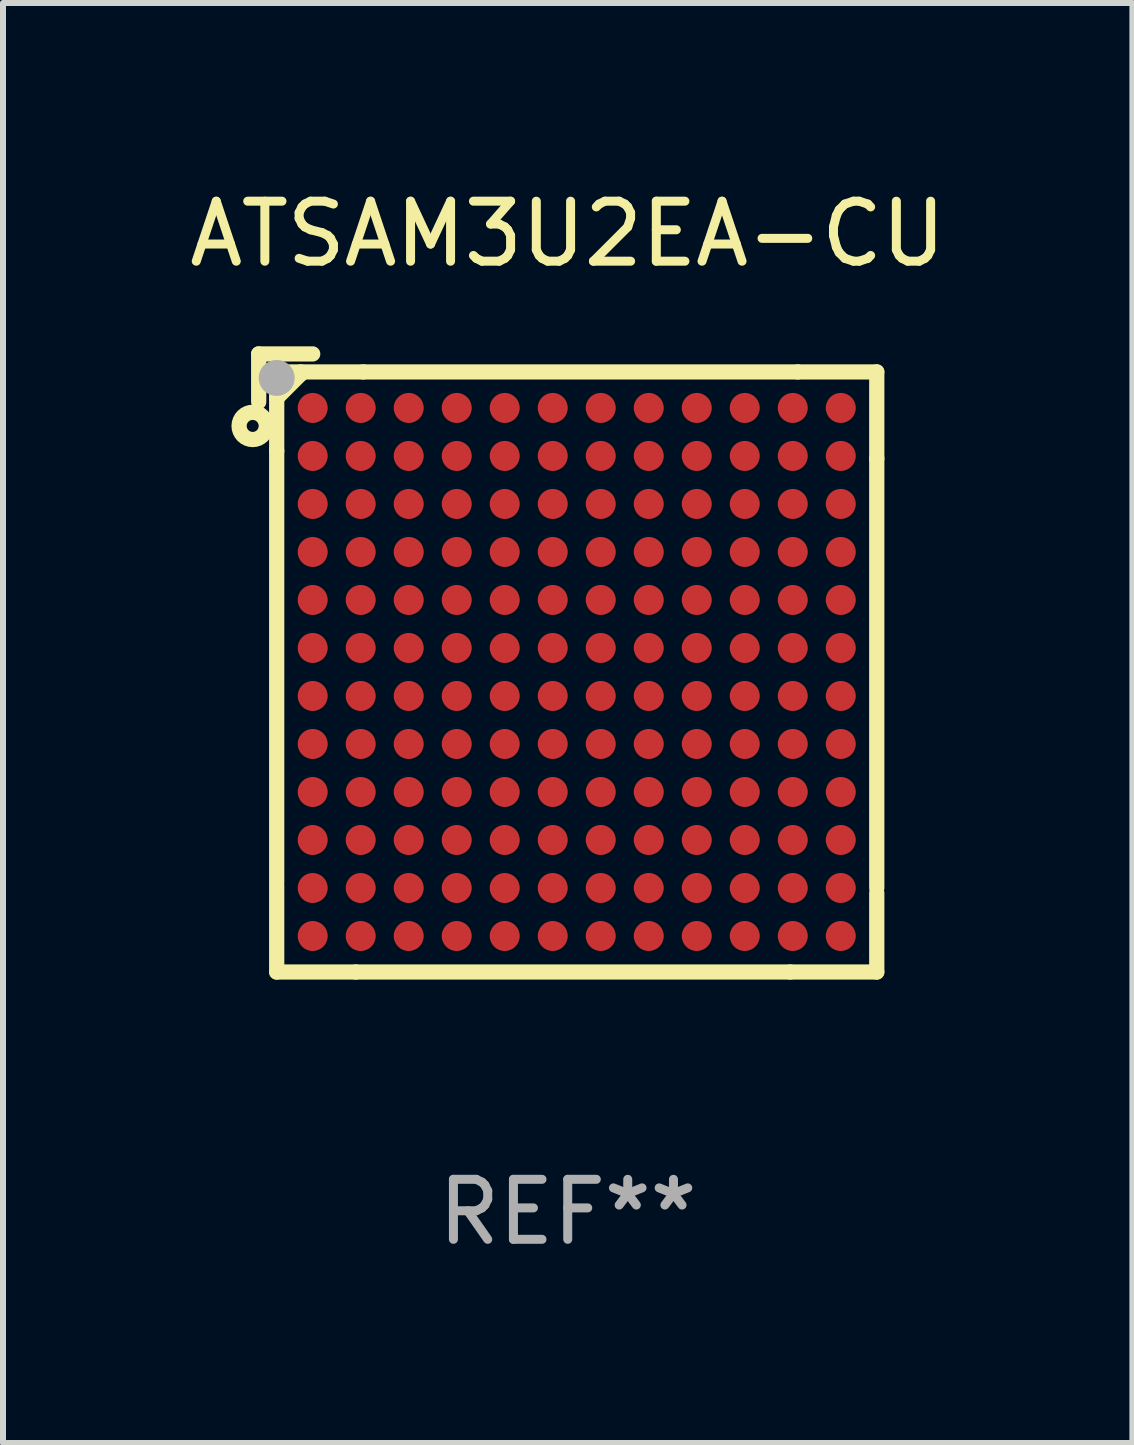
<source format=kicad_pcb>
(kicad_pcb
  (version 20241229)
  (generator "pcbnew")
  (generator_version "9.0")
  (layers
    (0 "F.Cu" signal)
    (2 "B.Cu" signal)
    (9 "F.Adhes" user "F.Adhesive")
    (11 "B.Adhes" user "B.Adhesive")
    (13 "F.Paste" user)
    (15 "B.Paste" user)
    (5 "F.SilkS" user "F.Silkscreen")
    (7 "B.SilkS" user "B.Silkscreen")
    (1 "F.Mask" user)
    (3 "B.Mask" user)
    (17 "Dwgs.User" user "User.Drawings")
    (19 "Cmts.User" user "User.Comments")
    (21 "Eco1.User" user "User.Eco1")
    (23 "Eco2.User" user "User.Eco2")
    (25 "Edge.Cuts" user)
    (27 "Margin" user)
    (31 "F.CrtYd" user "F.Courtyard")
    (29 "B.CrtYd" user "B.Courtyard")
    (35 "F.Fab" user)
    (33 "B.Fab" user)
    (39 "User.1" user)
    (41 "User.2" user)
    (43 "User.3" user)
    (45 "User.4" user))
  (footprint "ATSAM3U2EA-CU"
    (layer "F.Cu")
    (at 6.411 7.998)
    (property "Reference" "ATSAM3U2EA-CU" (at 0 -7.15 0) (layer "F.SilkS") (effects (font (size 1 1) (thickness 0.15))))
    (attr through_hole)
    (fp_line (start -5.15 -5.15) (end -5.15 -4.35) (stroke (width 0.254) (type solid)) (layer "F.SilkS"))
    (fp_line (start -4.85 -4.85) (end -4.85 -3.533) (stroke (width 0.254) (type solid)) (layer "F.SilkS"))
    (fp_line (start -4.85 -4.85) (end -3.406 -4.85) (stroke (width 0.254) (type solid)) (layer "F.SilkS"))
    (fp_line (start -4.85 -3.533) (end -4.85 3.65) (stroke (width 0.254) (type solid)) (layer "F.SilkS"))
    (fp_line (start -4.85 5.15) (end -4.85 3.706) (stroke (width 0.254) (type solid)) (layer "F.SilkS"))
    (fp_line (start -4.85 5.15) (end -3.533 5.15) (stroke (width 0.254) (type solid)) (layer "F.SilkS"))
    (fp_line (start -4.45 -4.85) (end -4.45 -4.814) (stroke (width 0.254) (type solid)) (layer "F.SilkS"))
    (fp_line (start -4.45 -4.814) (end -4.85 -4.414) (stroke (width 0.254) (type solid)) (layer "F.SilkS"))
    (fp_line (start -4.25 -5.15) (end -5.15 -5.15) (stroke (width 0.254) (type solid)) (layer "F.SilkS"))
    (fp_line (start -3.533 5.15) (end 3.706 5.15) (stroke (width 0.254) (type solid)) (layer "F.SilkS"))
    (fp_line (start -3.406 -4.85) (end 3.833 -4.85) (stroke (width 0.254) (type solid)) (layer "F.SilkS"))
    (fp_line (start 5.15 -4.85) (end 3.833 -4.85) (stroke (width 0.254) (type solid)) (layer "F.SilkS"))
    (fp_line (start 5.15 -4.85) (end 5.15 -3.406) (stroke (width 0.254) (type solid)) (layer "F.SilkS"))
    (fp_line (start 5.15 -3.406) (end 5.15 3.75) (stroke (width 0.254) (type solid)) (layer "F.SilkS"))
    (fp_line (start 5.15 5.15) (end 3.706 5.15) (stroke (width 0.254) (type solid)) (layer "F.SilkS"))
    (fp_line (start 5.15 5.15) (end 5.15 3.833) (stroke (width 0.254) (type solid)) (layer "F.SilkS"))
    (fp_circle (center -5.25 -3.95) (end -5.15 -3.95) (stroke (width 0.254) (type solid)) (fill no) (layer "F.SilkS"))
    (fp_circle (center -4.85 -4.85) (end -4.82 -4.85) (stroke (width 0.06) (type solid)) (fill no) (layer "F.SilkS"))
    (fp_circle (center -4.85 -4.75) (end -4.7 -4.75) (stroke (width 0.3) (type solid)) (fill no) (layer "F.Fab"))
    (fp_text user "REF**" (at 0 9.15 0) (layer "F.Fab") (effects (font (size 1 1) (thickness 0.15))))
    (pad "A1" smd circle (at -4.25 -4.25) (size 0.5 0.5) (layers "F.Cu" "F.Mask" "F.Paste"))
    (pad "A2" smd circle (at -3.45 -4.25) (size 0.5 0.5) (layers "F.Cu" "F.Mask" "F.Paste"))
    (pad "A3" smd circle (at -2.65 -4.25) (size 0.5 0.5) (layers "F.Cu" "F.Mask" "F.Paste"))
    (pad "A4" smd circle (at -1.85 -4.25) (size 0.5 0.5) (layers "F.Cu" "F.Mask" "F.Paste"))
    (pad "A5" smd circle (at -1.05 -4.25) (size 0.5 0.5) (layers "F.Cu" "F.Mask" "F.Paste"))
    (pad "A6" smd circle (at -0.25 -4.25) (size 0.5 0.5) (layers "F.Cu" "F.Mask" "F.Paste"))
    (pad "A7" smd circle (at 0.55 -4.25) (size 0.5 0.5) (layers "F.Cu" "F.Mask" "F.Paste"))
    (pad "A8" smd circle (at 1.35 -4.25) (size 0.5 0.5) (layers "F.Cu" "F.Mask" "F.Paste"))
    (pad "A9" smd circle (at 2.15 -4.25) (size 0.5 0.5) (layers "F.Cu" "F.Mask" "F.Paste"))
    (pad "A10" smd circle (at 2.95 -4.25) (size 0.5 0.5) (layers "F.Cu" "F.Mask" "F.Paste"))
    (pad "A11" smd circle (at 3.75 -4.25) (size 0.5 0.5) (layers "F.Cu" "F.Mask" "F.Paste"))
    (pad "A12" smd circle (at 4.55 -4.25) (size 0.5 0.5) (layers "F.Cu" "F.Mask" "F.Paste"))
    (pad "B1" smd circle (at -4.25 -3.45) (size 0.5 0.5) (layers "F.Cu" "F.Mask" "F.Paste"))
    (pad "B2" smd circle (at -3.45 -3.45) (size 0.5 0.5) (layers "F.Cu" "F.Mask" "F.Paste"))
    (pad "B3" smd circle (at -2.65 -3.45) (size 0.5 0.5) (layers "F.Cu" "F.Mask" "F.Paste"))
    (pad "B4" smd circle (at -1.85 -3.45) (size 0.5 0.5) (layers "F.Cu" "F.Mask" "F.Paste"))
    (pad "B5" smd circle (at -1.05 -3.45) (size 0.5 0.5) (layers "F.Cu" "F.Mask" "F.Paste"))
    (pad "B6" smd circle (at -0.25 -3.45) (size 0.5 0.5) (layers "F.Cu" "F.Mask" "F.Paste"))
    (pad "B7" smd circle (at 0.55 -3.45) (size 0.5 0.5) (layers "F.Cu" "F.Mask" "F.Paste"))
    (pad "B8" smd circle (at 1.35 -3.45) (size 0.5 0.5) (layers "F.Cu" "F.Mask" "F.Paste"))
    (pad "B9" smd circle (at 2.15 -3.45) (size 0.5 0.5) (layers "F.Cu" "F.Mask" "F.Paste"))
    (pad "B10" smd circle (at 2.95 -3.45) (size 0.5 0.5) (layers "F.Cu" "F.Mask" "F.Paste"))
    (pad "B11" smd circle (at 3.75 -3.45) (size 0.5 0.5) (layers "F.Cu" "F.Mask" "F.Paste"))
    (pad "B12" smd circle (at 4.55 -3.45) (size 0.5 0.5) (layers "F.Cu" "F.Mask" "F.Paste"))
    (pad "C1" smd circle (at -4.25 -2.65) (size 0.5 0.5) (layers "F.Cu" "F.Mask" "F.Paste"))
    (pad "C2" smd circle (at -3.45 -2.65) (size 0.5 0.5) (layers "F.Cu" "F.Mask" "F.Paste"))
    (pad "C3" smd circle (at -2.65 -2.65) (size 0.5 0.5) (layers "F.Cu" "F.Mask" "F.Paste"))
    (pad "C4" smd circle (at -1.85 -2.65) (size 0.5 0.5) (layers "F.Cu" "F.Mask" "F.Paste"))
    (pad "C5" smd circle (at -1.05 -2.65) (size 0.5 0.5) (layers "F.Cu" "F.Mask" "F.Paste"))
    (pad "C6" smd circle (at -0.25 -2.65) (size 0.5 0.5) (layers "F.Cu" "F.Mask" "F.Paste"))
    (pad "C7" smd circle (at 0.55 -2.65) (size 0.5 0.5) (layers "F.Cu" "F.Mask" "F.Paste"))
    (pad "C8" smd circle (at 1.35 -2.65) (size 0.5 0.5) (layers "F.Cu" "F.Mask" "F.Paste"))
    (pad "C9" smd circle (at 2.15 -2.65) (size 0.5 0.5) (layers "F.Cu" "F.Mask" "F.Paste"))
    (pad "C10" smd circle (at 2.95 -2.65) (size 0.5 0.5) (layers "F.Cu" "F.Mask" "F.Paste"))
    (pad "C11" smd circle (at 3.75 -2.65) (size 0.5 0.5) (layers "F.Cu" "F.Mask" "F.Paste"))
    (pad "C12" smd circle (at 4.55 -2.65) (size 0.5 0.5) (layers "F.Cu" "F.Mask" "F.Paste"))
    (pad "D1" smd circle (at -4.25 -1.85) (size 0.5 0.5) (layers "F.Cu" "F.Mask" "F.Paste"))
    (pad "D2" smd circle (at -3.45 -1.85) (size 0.5 0.5) (layers "F.Cu" "F.Mask" "F.Paste"))
    (pad "D3" smd circle (at -2.65 -1.85) (size 0.5 0.5) (layers "F.Cu" "F.Mask" "F.Paste"))
    (pad "D4" smd circle (at -1.85 -1.85) (size 0.5 0.5) (layers "F.Cu" "F.Mask" "F.Paste"))
    (pad "D5" smd circle (at -1.05 -1.85) (size 0.5 0.5) (layers "F.Cu" "F.Mask" "F.Paste"))
    (pad "D6" smd circle (at -0.25 -1.85) (size 0.5 0.5) (layers "F.Cu" "F.Mask" "F.Paste"))
    (pad "D7" smd circle (at 0.55 -1.85) (size 0.5 0.5) (layers "F.Cu" "F.Mask" "F.Paste"))
    (pad "D8" smd circle (at 1.35 -1.85) (size 0.5 0.5) (layers "F.Cu" "F.Mask" "F.Paste"))
    (pad "D9" smd circle (at 2.15 -1.85) (size 0.5 0.5) (layers "F.Cu" "F.Mask" "F.Paste"))
    (pad "D10" smd circle (at 2.95 -1.85) (size 0.5 0.5) (layers "F.Cu" "F.Mask" "F.Paste"))
    (pad "D11" smd circle (at 3.75 -1.85) (size 0.5 0.5) (layers "F.Cu" "F.Mask" "F.Paste"))
    (pad "D12" smd circle (at 4.55 -1.85) (size 0.5 0.5) (layers "F.Cu" "F.Mask" "F.Paste"))
    (pad "E1" smd circle (at -4.25 -1.05) (size 0.5 0.5) (layers "F.Cu" "F.Mask" "F.Paste"))
    (pad "E2" smd circle (at -3.45 -1.05) (size 0.5 0.5) (layers "F.Cu" "F.Mask" "F.Paste"))
    (pad "E3" smd circle (at -2.65 -1.05) (size 0.5 0.5) (layers "F.Cu" "F.Mask" "F.Paste"))
    (pad "E4" smd circle (at -1.85 -1.05) (size 0.5 0.5) (layers "F.Cu" "F.Mask" "F.Paste"))
    (pad "E5" smd circle (at -1.05 -1.05) (size 0.5 0.5) (layers "F.Cu" "F.Mask" "F.Paste"))
    (pad "E6" smd circle (at -0.25 -1.05) (size 0.5 0.5) (layers "F.Cu" "F.Mask" "F.Paste"))
    (pad "E7" smd circle (at 0.55 -1.05) (size 0.5 0.5) (layers "F.Cu" "F.Mask" "F.Paste"))
    (pad "E8" smd circle (at 1.35 -1.05) (size 0.5 0.5) (layers "F.Cu" "F.Mask" "F.Paste"))
    (pad "E9" smd circle (at 2.15 -1.05) (size 0.5 0.5) (layers "F.Cu" "F.Mask" "F.Paste"))
    (pad "E10" smd circle (at 2.95 -1.05) (size 0.5 0.5) (layers "F.Cu" "F.Mask" "F.Paste"))
    (pad "E11" smd circle (at 3.75 -1.05) (size 0.5 0.5) (layers "F.Cu" "F.Mask" "F.Paste"))
    (pad "E12" smd circle (at 4.55 -1.05) (size 0.5 0.5) (layers "F.Cu" "F.Mask" "F.Paste"))
    (pad "F1" smd circle (at -4.25 -0.25) (size 0.5 0.5) (layers "F.Cu" "F.Mask" "F.Paste"))
    (pad "F2" smd circle (at -3.45 -0.25) (size 0.5 0.5) (layers "F.Cu" "F.Mask" "F.Paste"))
    (pad "F3" smd circle (at -2.65 -0.25) (size 0.5 0.5) (layers "F.Cu" "F.Mask" "F.Paste"))
    (pad "F4" smd circle (at -1.85 -0.25) (size 0.5 0.5) (layers "F.Cu" "F.Mask" "F.Paste"))
    (pad "F5" smd circle (at -1.05 -0.25) (size 0.5 0.5) (layers "F.Cu" "F.Mask" "F.Paste"))
    (pad "F6" smd circle (at -0.25 -0.25) (size 0.5 0.5) (layers "F.Cu" "F.Mask" "F.Paste"))
    (pad "F7" smd circle (at 0.55 -0.25) (size 0.5 0.5) (layers "F.Cu" "F.Mask" "F.Paste"))
    (pad "F8" smd circle (at 1.35 -0.25) (size 0.5 0.5) (layers "F.Cu" "F.Mask" "F.Paste"))
    (pad "F9" smd circle (at 2.15 -0.25) (size 0.5 0.5) (layers "F.Cu" "F.Mask" "F.Paste"))
    (pad "F10" smd circle (at 2.95 -0.25) (size 0.5 0.5) (layers "F.Cu" "F.Mask" "F.Paste"))
    (pad "F11" smd circle (at 3.75 -0.25) (size 0.5 0.5) (layers "F.Cu" "F.Mask" "F.Paste"))
    (pad "F12" smd circle (at 4.55 -0.25) (size 0.5 0.5) (layers "F.Cu" "F.Mask" "F.Paste"))
    (pad "G1" smd circle (at -4.25 0.55) (size 0.5 0.5) (layers "F.Cu" "F.Mask" "F.Paste"))
    (pad "G2" smd circle (at -3.45 0.55) (size 0.5 0.5) (layers "F.Cu" "F.Mask" "F.Paste"))
    (pad "G3" smd circle (at -2.65 0.55) (size 0.5 0.5) (layers "F.Cu" "F.Mask" "F.Paste"))
    (pad "G4" smd circle (at -1.85 0.55) (size 0.5 0.5) (layers "F.Cu" "F.Mask" "F.Paste"))
    (pad "G5" smd circle (at -1.05 0.55) (size 0.5 0.5) (layers "F.Cu" "F.Mask" "F.Paste"))
    (pad "G6" smd circle (at -0.25 0.55) (size 0.5 0.5) (layers "F.Cu" "F.Mask" "F.Paste"))
    (pad "G7" smd circle (at 0.55 0.55) (size 0.5 0.5) (layers "F.Cu" "F.Mask" "F.Paste"))
    (pad "G8" smd circle (at 1.35 0.55) (size 0.5 0.5) (layers "F.Cu" "F.Mask" "F.Paste"))
    (pad "G9" smd circle (at 2.15 0.55) (size 0.5 0.5) (layers "F.Cu" "F.Mask" "F.Paste"))
    (pad "G10" smd circle (at 2.95 0.55) (size 0.5 0.5) (layers "F.Cu" "F.Mask" "F.Paste"))
    (pad "G11" smd circle (at 3.75 0.55) (size 0.5 0.5) (layers "F.Cu" "F.Mask" "F.Paste"))
    (pad "G12" smd circle (at 4.55 0.55) (size 0.5 0.5) (layers "F.Cu" "F.Mask" "F.Paste"))
    (pad "H1" smd circle (at -4.25 1.35) (size 0.5 0.5) (layers "F.Cu" "F.Mask" "F.Paste"))
    (pad "H2" smd circle (at -3.45 1.35) (size 0.5 0.5) (layers "F.Cu" "F.Mask" "F.Paste"))
    (pad "H3" smd circle (at -2.65 1.35) (size 0.5 0.5) (layers "F.Cu" "F.Mask" "F.Paste"))
    (pad "H4" smd circle (at -1.85 1.35) (size 0.5 0.5) (layers "F.Cu" "F.Mask" "F.Paste"))
    (pad "H5" smd circle (at -1.05 1.35) (size 0.5 0.5) (layers "F.Cu" "F.Mask" "F.Paste"))
    (pad "H6" smd circle (at -0.25 1.35) (size 0.5 0.5) (layers "F.Cu" "F.Mask" "F.Paste"))
    (pad "H7" smd circle (at 0.55 1.35) (size 0.5 0.5) (layers "F.Cu" "F.Mask" "F.Paste"))
    (pad "H8" smd circle (at 1.35 1.35) (size 0.5 0.5) (layers "F.Cu" "F.Mask" "F.Paste"))
    (pad "H9" smd circle (at 2.15 1.35) (size 0.5 0.5) (layers "F.Cu" "F.Mask" "F.Paste"))
    (pad "H10" smd circle (at 2.95 1.35) (size 0.5 0.5) (layers "F.Cu" "F.Mask" "F.Paste"))
    (pad "H11" smd circle (at 3.75 1.35) (size 0.5 0.5) (layers "F.Cu" "F.Mask" "F.Paste"))
    (pad "H12" smd circle (at 4.55 1.35) (size 0.5 0.5) (layers "F.Cu" "F.Mask" "F.Paste"))
    (pad "J1" smd circle (at -4.25 2.15) (size 0.5 0.5) (layers "F.Cu" "F.Mask" "F.Paste"))
    (pad "J2" smd circle (at -3.45 2.15) (size 0.5 0.5) (layers "F.Cu" "F.Mask" "F.Paste"))
    (pad "J3" smd circle (at -2.65 2.15) (size 0.5 0.5) (layers "F.Cu" "F.Mask" "F.Paste"))
    (pad "J4" smd circle (at -1.85 2.15) (size 0.5 0.5) (layers "F.Cu" "F.Mask" "F.Paste"))
    (pad "J5" smd circle (at -1.05 2.15) (size 0.5 0.5) (layers "F.Cu" "F.Mask" "F.Paste"))
    (pad "J6" smd circle (at -0.25 2.15) (size 0.5 0.5) (layers "F.Cu" "F.Mask" "F.Paste"))
    (pad "J7" smd circle (at 0.55 2.15) (size 0.5 0.5) (layers "F.Cu" "F.Mask" "F.Paste"))
    (pad "J8" smd circle (at 1.35 2.15) (size 0.5 0.5) (layers "F.Cu" "F.Mask" "F.Paste"))
    (pad "J9" smd circle (at 2.15 2.15) (size 0.5 0.5) (layers "F.Cu" "F.Mask" "F.Paste"))
    (pad "J10" smd circle (at 2.95 2.15) (size 0.5 0.5) (layers "F.Cu" "F.Mask" "F.Paste"))
    (pad "J11" smd circle (at 3.75 2.15) (size 0.5 0.5) (layers "F.Cu" "F.Mask" "F.Paste"))
    (pad "J12" smd circle (at 4.55 2.15) (size 0.5 0.5) (layers "F.Cu" "F.Mask" "F.Paste"))
    (pad "K1" smd circle (at -4.25 2.95) (size 0.5 0.5) (layers "F.Cu" "F.Mask" "F.Paste"))
    (pad "K2" smd circle (at -3.45 2.95) (size 0.5 0.5) (layers "F.Cu" "F.Mask" "F.Paste"))
    (pad "K3" smd circle (at -2.65 2.95) (size 0.5 0.5) (layers "F.Cu" "F.Mask" "F.Paste"))
    (pad "K4" smd circle (at -1.85 2.95) (size 0.5 0.5) (layers "F.Cu" "F.Mask" "F.Paste"))
    (pad "K5" smd circle (at -1.05 2.95) (size 0.5 0.5) (layers "F.Cu" "F.Mask" "F.Paste"))
    (pad "K6" smd circle (at -0.25 2.95) (size 0.5 0.5) (layers "F.Cu" "F.Mask" "F.Paste"))
    (pad "K7" smd circle (at 0.55 2.95) (size 0.5 0.5) (layers "F.Cu" "F.Mask" "F.Paste"))
    (pad "K8" smd circle (at 1.35 2.95) (size 0.5 0.5) (layers "F.Cu" "F.Mask" "F.Paste"))
    (pad "K9" smd circle (at 2.15 2.95) (size 0.5 0.5) (layers "F.Cu" "F.Mask" "F.Paste"))
    (pad "K10" smd circle (at 2.95 2.95) (size 0.5 0.5) (layers "F.Cu" "F.Mask" "F.Paste"))
    (pad "K11" smd circle (at 3.75 2.95) (size 0.5 0.5) (layers "F.Cu" "F.Mask" "F.Paste"))
    (pad "K12" smd circle (at 4.55 2.95) (size 0.5 0.5) (layers "F.Cu" "F.Mask" "F.Paste"))
    (pad "L1" smd circle (at -4.25 3.75) (size 0.5 0.5) (layers "F.Cu" "F.Mask" "F.Paste"))
    (pad "L2" smd circle (at -3.45 3.75) (size 0.5 0.5) (layers "F.Cu" "F.Mask" "F.Paste"))
    (pad "L3" smd circle (at -2.65 3.75) (size 0.5 0.5) (layers "F.Cu" "F.Mask" "F.Paste"))
    (pad "L4" smd circle (at -1.85 3.75) (size 0.5 0.5) (layers "F.Cu" "F.Mask" "F.Paste"))
    (pad "L5" smd circle (at -1.05 3.75) (size 0.5 0.5) (layers "F.Cu" "F.Mask" "F.Paste"))
    (pad "L6" smd circle (at -0.25 3.75) (size 0.5 0.5) (layers "F.Cu" "F.Mask" "F.Paste"))
    (pad "L7" smd circle (at 0.55 3.75) (size 0.5 0.5) (layers "F.Cu" "F.Mask" "F.Paste"))
    (pad "L8" smd circle (at 1.35 3.75) (size 0.5 0.5) (layers "F.Cu" "F.Mask" "F.Paste"))
    (pad "L9" smd circle (at 2.15 3.75) (size 0.5 0.5) (layers "F.Cu" "F.Mask" "F.Paste"))
    (pad "L10" smd circle (at 2.95 3.75) (size 0.5 0.5) (layers "F.Cu" "F.Mask" "F.Paste"))
    (pad "L11" smd circle (at 3.75 3.75) (size 0.5 0.5) (layers "F.Cu" "F.Mask" "F.Paste"))
    (pad "L12" smd circle (at 4.55 3.75) (size 0.5 0.5) (layers "F.Cu" "F.Mask" "F.Paste"))
    (pad "M1" smd circle (at -4.25 4.55) (size 0.5 0.5) (layers "F.Cu" "F.Mask" "F.Paste"))
    (pad "M2" smd circle (at -3.45 4.55) (size 0.5 0.5) (layers "F.Cu" "F.Mask" "F.Paste"))
    (pad "M3" smd circle (at -2.65 4.55) (size 0.5 0.5) (layers "F.Cu" "F.Mask" "F.Paste"))
    (pad "M4" smd circle (at -1.85 4.55) (size 0.5 0.5) (layers "F.Cu" "F.Mask" "F.Paste"))
    (pad "M5" smd circle (at -1.05 4.55) (size 0.5 0.5) (layers "F.Cu" "F.Mask" "F.Paste"))
    (pad "M6" smd circle (at -0.25 4.55) (size 0.5 0.5) (layers "F.Cu" "F.Mask" "F.Paste"))
    (pad "M7" smd circle (at 0.55 4.55) (size 0.5 0.5) (layers "F.Cu" "F.Mask" "F.Paste"))
    (pad "M8" smd circle (at 1.35 4.55) (size 0.5 0.5) (layers "F.Cu" "F.Mask" "F.Paste"))
    (pad "M9" smd circle (at 2.15 4.55) (size 0.5 0.5) (layers "F.Cu" "F.Mask" "F.Paste"))
    (pad "M10" smd circle (at 2.95 4.55) (size 0.5 0.5) (layers "F.Cu" "F.Mask" "F.Paste"))
    (pad "M11" smd circle (at 3.75 4.55) (size 0.5 0.5) (layers "F.Cu" "F.Mask" "F.Paste"))
    (pad "M12" smd circle (at 4.55 4.55) (size 0.5 0.5) (layers "F.Cu" "F.Mask" "F.Paste")))
  (gr_rect
    (start -3 -3)
    (end 15.821 20.997)
    (stroke (width 0.1) (type default))
    (fill no)
    (layer "Edge.Cuts")))
</source>
